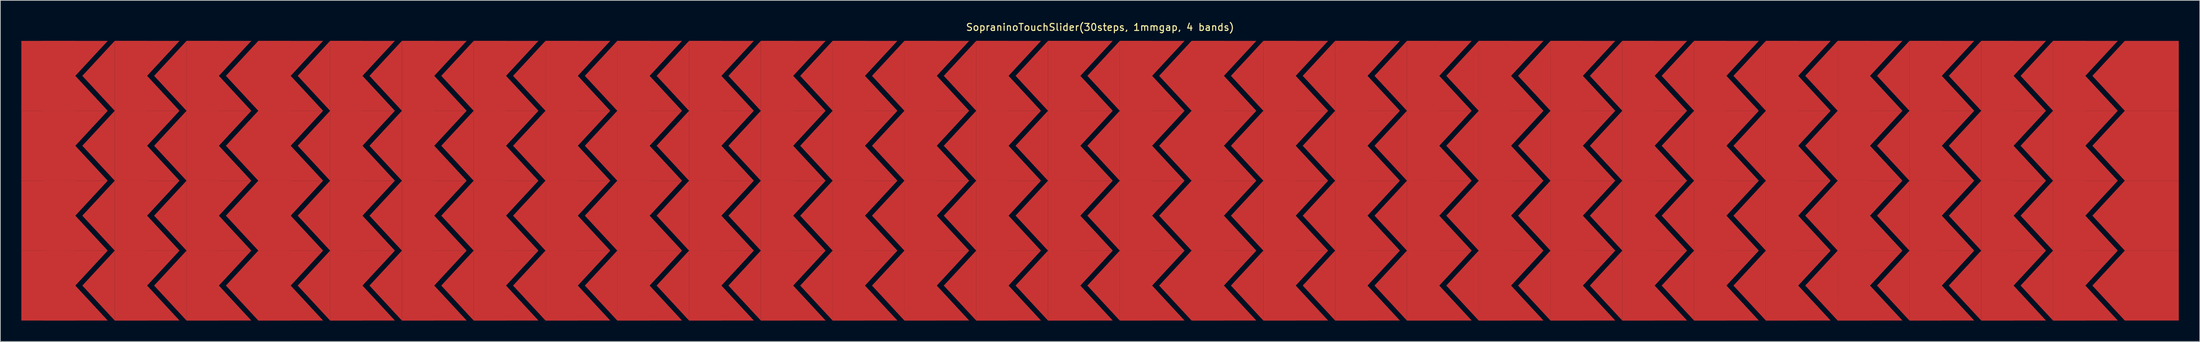
<source format=kicad_pcb>
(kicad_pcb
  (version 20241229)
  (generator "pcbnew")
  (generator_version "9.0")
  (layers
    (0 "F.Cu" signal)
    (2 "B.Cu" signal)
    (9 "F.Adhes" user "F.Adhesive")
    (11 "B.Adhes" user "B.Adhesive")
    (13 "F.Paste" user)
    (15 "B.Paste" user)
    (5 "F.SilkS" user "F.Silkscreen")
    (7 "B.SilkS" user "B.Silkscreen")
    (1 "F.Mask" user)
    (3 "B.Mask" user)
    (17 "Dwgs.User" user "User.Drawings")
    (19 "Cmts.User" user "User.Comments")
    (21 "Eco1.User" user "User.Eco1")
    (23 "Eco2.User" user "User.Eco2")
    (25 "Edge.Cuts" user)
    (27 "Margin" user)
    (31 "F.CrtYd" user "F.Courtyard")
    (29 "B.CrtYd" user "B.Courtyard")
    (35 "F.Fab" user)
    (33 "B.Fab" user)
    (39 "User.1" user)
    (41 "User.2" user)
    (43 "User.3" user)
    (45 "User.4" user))
  (footprint "SopraninoTouchSlider(30steps, 1mmgap, 4 bands)"
    (layer "F.Cu")
    (at 154.172 22.798)
    (property "Reference" "SopraninoTouchSlider(30steps, 1mmgap, 4 bands)" (at 0 -21.95 0) (layer "F.SilkS") (effects (font (size 1 1) (thickness 0.15))))
    (attr smd)
    (pad "1" smd rect (at -150.313 -15) (size 7.717 10) (layers "F.Cu" "F.Mask"))
    (pad "1" smd rect (at -150.313 -5) (size 7.717 10) (layers "F.Cu" "F.Mask"))
    (pad "1" smd rect (at -150.313 5) (size 7.717 10) (layers "F.Cu" "F.Mask"))
    (pad "1" smd rect (at -150.313 15) (size 7.717 10) (layers "F.Cu" "F.Mask"))
    (pad "1" smd trapezoid (at -146.455 -17.5) (size 4.63 5) (rect_delta 0 -4.63) (layers "F.Cu" "F.Mask"))
    (pad "1" smd trapezoid (at -146.455 -12.5) (size 4.63 5) (rect_delta 0 4.63) (layers "F.Cu" "F.Mask"))
    (pad "1" smd trapezoid (at -146.455 -7.5) (size 4.63 5) (rect_delta 0 -4.63) (layers "F.Cu" "F.Mask"))
    (pad "1" smd trapezoid (at -146.455 -2.5) (size 4.63 5) (rect_delta 0 4.63) (layers "F.Cu" "F.Mask"))
    (pad "1" smd trapezoid (at -146.455 2.5) (size 4.63 5) (rect_delta 0 -4.63) (layers "F.Cu" "F.Mask"))
    (pad "1" smd trapezoid (at -146.455 7.5) (size 4.63 5) (rect_delta 0 4.63) (layers "F.Cu" "F.Mask"))
    (pad "1" smd trapezoid (at -146.455 12.5) (size 4.63 5) (rect_delta 0 -4.63) (layers "F.Cu" "F.Mask"))
    (pad "1" smd trapezoid (at -146.455 17.5) (size 4.63 5) (rect_delta 0 4.63) (layers "F.Cu" "F.Mask"))
    (pad "2" smd trapezoid (at -143.14 -15) (size 4.63 5) (rect_delta -5 0) (layers "F.Cu" "F.Mask"))
    (pad "2" smd trapezoid (at -143.14 -5) (size 4.63 5) (rect_delta -5 0) (layers "F.Cu" "F.Mask"))
    (pad "2" smd trapezoid (at -143.14 5) (size 4.63 5) (rect_delta -5 0) (layers "F.Cu" "F.Mask"))
    (pad "2" smd trapezoid (at -143.14 15) (size 4.63 5) (rect_delta -5 0) (layers "F.Cu" "F.Mask"))
    (pad "2" smd rect (at -138.51 -15) (size 4.63 10) (layers "F.Cu" "F.Mask"))
    (pad "2" smd rect (at -138.51 -5) (size 4.63 10) (layers "F.Cu" "F.Mask"))
    (pad "2" smd rect (at -138.51 5) (size 4.63 10) (layers "F.Cu" "F.Mask"))
    (pad "2" smd rect (at -138.51 15) (size 4.63 10) (layers "F.Cu" "F.Mask"))
    (pad "2" smd trapezoid (at -136.195 -17.5) (size 4.63 5) (rect_delta 0 -4.63) (layers "F.Cu" "F.Mask"))
    (pad "2" smd trapezoid (at -136.195 -12.5) (size 4.63 5) (rect_delta 0 4.63) (layers "F.Cu" "F.Mask"))
    (pad "2" smd trapezoid (at -136.195 -7.5) (size 4.63 5) (rect_delta 0 -4.63) (layers "F.Cu" "F.Mask"))
    (pad "2" smd trapezoid (at -136.195 -2.5) (size 4.63 5) (rect_delta 0 4.63) (layers "F.Cu" "F.Mask"))
    (pad "2" smd trapezoid (at -136.195 2.5) (size 4.63 5) (rect_delta 0 -4.63) (layers "F.Cu" "F.Mask"))
    (pad "2" smd trapezoid (at -136.195 7.5) (size 4.63 5) (rect_delta 0 4.63) (layers "F.Cu" "F.Mask"))
    (pad "2" smd trapezoid (at -136.195 12.5) (size 4.63 5) (rect_delta 0 -4.63) (layers "F.Cu" "F.Mask"))
    (pad "2" smd trapezoid (at -136.195 17.5) (size 4.63 5) (rect_delta 0 4.63) (layers "F.Cu" "F.Mask"))
    (pad "3" smd trapezoid (at -132.88 -15) (size 4.63 5) (rect_delta -5 0) (layers "F.Cu" "F.Mask"))
    (pad "3" smd trapezoid (at -132.88 -5) (size 4.63 5) (rect_delta -5 0) (layers "F.Cu" "F.Mask"))
    (pad "3" smd trapezoid (at -132.88 5) (size 4.63 5) (rect_delta -5 0) (layers "F.Cu" "F.Mask"))
    (pad "3" smd trapezoid (at -132.88 15) (size 4.63 5) (rect_delta -5 0) (layers "F.Cu" "F.Mask"))
    (pad "3" smd rect (at -128.25 -15) (size 4.63 10) (layers "F.Cu" "F.Mask"))
    (pad "3" smd rect (at -128.25 -5) (size 4.63 10) (layers "F.Cu" "F.Mask"))
    (pad "3" smd rect (at -128.25 5) (size 4.63 10) (layers "F.Cu" "F.Mask"))
    (pad "3" smd rect (at -128.25 15) (size 4.63 10) (layers "F.Cu" "F.Mask"))
    (pad "3" smd trapezoid (at -125.935 -17.5) (size 4.63 5) (rect_delta 0 -4.63) (layers "F.Cu" "F.Mask"))
    (pad "3" smd trapezoid (at -125.935 -12.5) (size 4.63 5) (rect_delta 0 4.63) (layers "F.Cu" "F.Mask"))
    (pad "3" smd trapezoid (at -125.935 -7.5) (size 4.63 5) (rect_delta 0 -4.63) (layers "F.Cu" "F.Mask"))
    (pad "3" smd trapezoid (at -125.935 -2.5) (size 4.63 5) (rect_delta 0 4.63) (layers "F.Cu" "F.Mask"))
    (pad "3" smd trapezoid (at -125.935 2.5) (size 4.63 5) (rect_delta 0 -4.63) (layers "F.Cu" "F.Mask"))
    (pad "3" smd trapezoid (at -125.935 7.5) (size 4.63 5) (rect_delta 0 4.63) (layers "F.Cu" "F.Mask"))
    (pad "3" smd trapezoid (at -125.935 12.5) (size 4.63 5) (rect_delta 0 -4.63) (layers "F.Cu" "F.Mask"))
    (pad "3" smd trapezoid (at -125.935 17.5) (size 4.63 5) (rect_delta 0 4.63) (layers "F.Cu" "F.Mask"))
    (pad "4" smd trapezoid (at -122.62 -15) (size 4.63 5) (rect_delta -5 0) (layers "F.Cu" "F.Mask"))
    (pad "4" smd trapezoid (at -122.62 -5) (size 4.63 5) (rect_delta -5 0) (layers "F.Cu" "F.Mask"))
    (pad "4" smd trapezoid (at -122.62 5) (size 4.63 5) (rect_delta -5 0) (layers "F.Cu" "F.Mask"))
    (pad "4" smd trapezoid (at -122.62 15) (size 4.63 5) (rect_delta -5 0) (layers "F.Cu" "F.Mask"))
    (pad "4" smd rect (at -117.99 -15) (size 4.63 10) (layers "F.Cu" "F.Mask"))
    (pad "4" smd rect (at -117.99 -5) (size 4.63 10) (layers "F.Cu" "F.Mask"))
    (pad "4" smd rect (at -117.99 5) (size 4.63 10) (layers "F.Cu" "F.Mask"))
    (pad "4" smd rect (at -117.99 15) (size 4.63 10) (layers "F.Cu" "F.Mask"))
    (pad "4" smd trapezoid (at -115.675 -17.5) (size 4.63 5) (rect_delta 0 -4.63) (layers "F.Cu" "F.Mask"))
    (pad "4" smd trapezoid (at -115.675 -12.5) (size 4.63 5) (rect_delta 0 4.63) (layers "F.Cu" "F.Mask"))
    (pad "4" smd trapezoid (at -115.675 -7.5) (size 4.63 5) (rect_delta 0 -4.63) (layers "F.Cu" "F.Mask"))
    (pad "4" smd trapezoid (at -115.675 -2.5) (size 4.63 5) (rect_delta 0 4.63) (layers "F.Cu" "F.Mask"))
    (pad "4" smd trapezoid (at -115.675 2.5) (size 4.63 5) (rect_delta 0 -4.63) (layers "F.Cu" "F.Mask"))
    (pad "4" smd trapezoid (at -115.675 7.5) (size 4.63 5) (rect_delta 0 4.63) (layers "F.Cu" "F.Mask"))
    (pad "4" smd trapezoid (at -115.675 12.5) (size 4.63 5) (rect_delta 0 -4.63) (layers "F.Cu" "F.Mask"))
    (pad "4" smd trapezoid (at -115.675 17.5) (size 4.63 5) (rect_delta 0 4.63) (layers "F.Cu" "F.Mask"))
    (pad "5" smd trapezoid (at -112.36 -15) (size 4.63 5) (rect_delta -5 0) (layers "F.Cu" "F.Mask"))
    (pad "5" smd trapezoid (at -112.36 -5) (size 4.63 5) (rect_delta -5 0) (layers "F.Cu" "F.Mask"))
    (pad "5" smd trapezoid (at -112.36 5) (size 4.63 5) (rect_delta -5 0) (layers "F.Cu" "F.Mask"))
    (pad "5" smd trapezoid (at -112.36 15) (size 4.63 5) (rect_delta -5 0) (layers "F.Cu" "F.Mask"))
    (pad "5" smd rect (at -107.73 -15) (size 4.63 10) (layers "F.Cu" "F.Mask"))
    (pad "5" smd rect (at -107.73 -5) (size 4.63 10) (layers "F.Cu" "F.Mask"))
    (pad "5" smd rect (at -107.73 5) (size 4.63 10) (layers "F.Cu" "F.Mask"))
    (pad "5" smd rect (at -107.73 15) (size 4.63 10) (layers "F.Cu" "F.Mask"))
    (pad "5" smd trapezoid (at -105.415 -17.5) (size 4.63 5) (rect_delta 0 -4.63) (layers "F.Cu" "F.Mask"))
    (pad "5" smd trapezoid (at -105.415 -12.5) (size 4.63 5) (rect_delta 0 4.63) (layers "F.Cu" "F.Mask"))
    (pad "5" smd trapezoid (at -105.415 -7.5) (size 4.63 5) (rect_delta 0 -4.63) (layers "F.Cu" "F.Mask"))
    (pad "5" smd trapezoid (at -105.415 -2.5) (size 4.63 5) (rect_delta 0 4.63) (layers "F.Cu" "F.Mask"))
    (pad "5" smd trapezoid (at -105.415 2.5) (size 4.63 5) (rect_delta 0 -4.63) (layers "F.Cu" "F.Mask"))
    (pad "5" smd trapezoid (at -105.415 7.5) (size 4.63 5) (rect_delta 0 4.63) (layers "F.Cu" "F.Mask"))
    (pad "5" smd trapezoid (at -105.415 12.5) (size 4.63 5) (rect_delta 0 -4.63) (layers "F.Cu" "F.Mask"))
    (pad "5" smd trapezoid (at -105.415 17.5) (size 4.63 5) (rect_delta 0 4.63) (layers "F.Cu" "F.Mask"))
    (pad "6" smd trapezoid (at -102.1 -15) (size 4.63 5) (rect_delta -5 0) (layers "F.Cu" "F.Mask"))
    (pad "6" smd trapezoid (at -102.1 -5) (size 4.63 5) (rect_delta -5 0) (layers "F.Cu" "F.Mask"))
    (pad "6" smd trapezoid (at -102.1 5) (size 4.63 5) (rect_delta -5 0) (layers "F.Cu" "F.Mask"))
    (pad "6" smd trapezoid (at -102.1 15) (size 4.63 5) (rect_delta -5 0) (layers "F.Cu" "F.Mask"))
    (pad "6" smd rect (at -97.47 -15) (size 4.63 10) (layers "F.Cu" "F.Mask"))
    (pad "6" smd rect (at -97.47 -5) (size 4.63 10) (layers "F.Cu" "F.Mask"))
    (pad "6" smd rect (at -97.47 5) (size 4.63 10) (layers "F.Cu" "F.Mask"))
    (pad "6" smd rect (at -97.47 15) (size 4.63 10) (layers "F.Cu" "F.Mask"))
    (pad "6" smd trapezoid (at -95.155 -17.5) (size 4.63 5) (rect_delta 0 -4.63) (layers "F.Cu" "F.Mask"))
    (pad "6" smd trapezoid (at -95.155 -12.5) (size 4.63 5) (rect_delta 0 4.63) (layers "F.Cu" "F.Mask"))
    (pad "6" smd trapezoid (at -95.155 -7.5) (size 4.63 5) (rect_delta 0 -4.63) (layers "F.Cu" "F.Mask"))
    (pad "6" smd trapezoid (at -95.155 -2.5) (size 4.63 5) (rect_delta 0 4.63) (layers "F.Cu" "F.Mask"))
    (pad "6" smd trapezoid (at -95.155 2.5) (size 4.63 5) (rect_delta 0 -4.63) (layers "F.Cu" "F.Mask"))
    (pad "6" smd trapezoid (at -95.155 7.5) (size 4.63 5) (rect_delta 0 4.63) (layers "F.Cu" "F.Mask"))
    (pad "6" smd trapezoid (at -95.155 12.5) (size 4.63 5) (rect_delta 0 -4.63) (layers "F.Cu" "F.Mask"))
    (pad "6" smd trapezoid (at -95.155 17.5) (size 4.63 5) (rect_delta 0 4.63) (layers "F.Cu" "F.Mask"))
    (pad "7" smd trapezoid (at -91.84 -15) (size 4.63 5) (rect_delta -5 0) (layers "F.Cu" "F.Mask"))
    (pad "7" smd trapezoid (at -91.84 -5) (size 4.63 5) (rect_delta -5 0) (layers "F.Cu" "F.Mask"))
    (pad "7" smd trapezoid (at -91.84 5) (size 4.63 5) (rect_delta -5 0) (layers "F.Cu" "F.Mask"))
    (pad "7" smd trapezoid (at -91.84 15) (size 4.63 5) (rect_delta -5 0) (layers "F.Cu" "F.Mask"))
    (pad "7" smd rect (at -87.21 -15) (size 4.63 10) (layers "F.Cu" "F.Mask"))
    (pad "7" smd rect (at -87.21 -5) (size 4.63 10) (layers "F.Cu" "F.Mask"))
    (pad "7" smd rect (at -87.21 5) (size 4.63 10) (layers "F.Cu" "F.Mask"))
    (pad "7" smd rect (at -87.21 15) (size 4.63 10) (layers "F.Cu" "F.Mask"))
    (pad "7" smd trapezoid (at -84.895 -17.5) (size 4.63 5) (rect_delta 0 -4.63) (layers "F.Cu" "F.Mask"))
    (pad "7" smd trapezoid (at -84.895 -12.5) (size 4.63 5) (rect_delta 0 4.63) (layers "F.Cu" "F.Mask"))
    (pad "7" smd trapezoid (at -84.895 -7.5) (size 4.63 5) (rect_delta 0 -4.63) (layers "F.Cu" "F.Mask"))
    (pad "7" smd trapezoid (at -84.895 -2.5) (size 4.63 5) (rect_delta 0 4.63) (layers "F.Cu" "F.Mask"))
    (pad "7" smd trapezoid (at -84.895 2.5) (size 4.63 5) (rect_delta 0 -4.63) (layers "F.Cu" "F.Mask"))
    (pad "7" smd trapezoid (at -84.895 7.5) (size 4.63 5) (rect_delta 0 4.63) (layers "F.Cu" "F.Mask"))
    (pad "7" smd trapezoid (at -84.895 12.5) (size 4.63 5) (rect_delta 0 -4.63) (layers "F.Cu" "F.Mask"))
    (pad "7" smd trapezoid (at -84.895 17.5) (size 4.63 5) (rect_delta 0 4.63) (layers "F.Cu" "F.Mask"))
    (pad "8" smd trapezoid (at -81.58 -15) (size 4.63 5) (rect_delta -5 0) (layers "F.Cu" "F.Mask"))
    (pad "8" smd trapezoid (at -81.58 -5) (size 4.63 5) (rect_delta -5 0) (layers "F.Cu" "F.Mask"))
    (pad "8" smd trapezoid (at -81.58 5) (size 4.63 5) (rect_delta -5 0) (layers "F.Cu" "F.Mask"))
    (pad "8" smd trapezoid (at -81.58 15) (size 4.63 5) (rect_delta -5 0) (layers "F.Cu" "F.Mask"))
    (pad "8" smd rect (at -76.95 -15) (size 4.63 10) (layers "F.Cu" "F.Mask"))
    (pad "8" smd rect (at -76.95 -5) (size 4.63 10) (layers "F.Cu" "F.Mask"))
    (pad "8" smd rect (at -76.95 5) (size 4.63 10) (layers "F.Cu" "F.Mask"))
    (pad "8" smd rect (at -76.95 15) (size 4.63 10) (layers "F.Cu" "F.Mask"))
    (pad "8" smd trapezoid (at -74.635 -17.5) (size 4.63 5) (rect_delta 0 -4.63) (layers "F.Cu" "F.Mask"))
    (pad "8" smd trapezoid (at -74.635 -12.5) (size 4.63 5) (rect_delta 0 4.63) (layers "F.Cu" "F.Mask"))
    (pad "8" smd trapezoid (at -74.635 -7.5) (size 4.63 5) (rect_delta 0 -4.63) (layers "F.Cu" "F.Mask"))
    (pad "8" smd trapezoid (at -74.635 -2.5) (size 4.63 5) (rect_delta 0 4.63) (layers "F.Cu" "F.Mask"))
    (pad "8" smd trapezoid (at -74.635 2.5) (size 4.63 5) (rect_delta 0 -4.63) (layers "F.Cu" "F.Mask"))
    (pad "8" smd trapezoid (at -74.635 7.5) (size 4.63 5) (rect_delta 0 4.63) (layers "F.Cu" "F.Mask"))
    (pad "8" smd trapezoid (at -74.635 12.5) (size 4.63 5) (rect_delta 0 -4.63) (layers "F.Cu" "F.Mask"))
    (pad "8" smd trapezoid (at -74.635 17.5) (size 4.63 5) (rect_delta 0 4.63) (layers "F.Cu" "F.Mask"))
    (pad "9" smd trapezoid (at -71.32 -15) (size 4.63 5) (rect_delta -5 0) (layers "F.Cu" "F.Mask"))
    (pad "9" smd trapezoid (at -71.32 -5) (size 4.63 5) (rect_delta -5 0) (layers "F.Cu" "F.Mask"))
    (pad "9" smd trapezoid (at -71.32 5) (size 4.63 5) (rect_delta -5 0) (layers "F.Cu" "F.Mask"))
    (pad "9" smd trapezoid (at -71.32 15) (size 4.63 5) (rect_delta -5 0) (layers "F.Cu" "F.Mask"))
    (pad "9" smd rect (at -66.69 -15) (size 4.63 10) (layers "F.Cu" "F.Mask"))
    (pad "9" smd rect (at -66.69 -5) (size 4.63 10) (layers "F.Cu" "F.Mask"))
    (pad "9" smd rect (at -66.69 5) (size 4.63 10) (layers "F.Cu" "F.Mask"))
    (pad "9" smd rect (at -66.69 15) (size 4.63 10) (layers "F.Cu" "F.Mask"))
    (pad "9" smd trapezoid (at -64.375 -17.5) (size 4.63 5) (rect_delta 0 -4.63) (layers "F.Cu" "F.Mask"))
    (pad "9" smd trapezoid (at -64.375 -12.5) (size 4.63 5) (rect_delta 0 4.63) (layers "F.Cu" "F.Mask"))
    (pad "9" smd trapezoid (at -64.375 -7.5) (size 4.63 5) (rect_delta 0 -4.63) (layers "F.Cu" "F.Mask"))
    (pad "9" smd trapezoid (at -64.375 -2.5) (size 4.63 5) (rect_delta 0 4.63) (layers "F.Cu" "F.Mask"))
    (pad "9" smd trapezoid (at -64.375 2.5) (size 4.63 5) (rect_delta 0 -4.63) (layers "F.Cu" "F.Mask"))
    (pad "9" smd trapezoid (at -64.375 7.5) (size 4.63 5) (rect_delta 0 4.63) (layers "F.Cu" "F.Mask"))
    (pad "9" smd trapezoid (at -64.375 12.5) (size 4.63 5) (rect_delta 0 -4.63) (layers "F.Cu" "F.Mask"))
    (pad "9" smd trapezoid (at -64.375 17.5) (size 4.63 5) (rect_delta 0 4.63) (layers "F.Cu" "F.Mask"))
    (pad "10" smd trapezoid (at -61.06 -15) (size 4.63 5) (rect_delta -5 0) (layers "F.Cu" "F.Mask"))
    (pad "10" smd trapezoid (at -61.06 -5) (size 4.63 5) (rect_delta -5 0) (layers "F.Cu" "F.Mask"))
    (pad "10" smd trapezoid (at -61.06 5) (size 4.63 5) (rect_delta -5 0) (layers "F.Cu" "F.Mask"))
    (pad "10" smd trapezoid (at -61.06 15) (size 4.63 5) (rect_delta -5 0) (layers "F.Cu" "F.Mask"))
    (pad "10" smd rect (at -56.43 -15) (size 4.63 10) (layers "F.Cu" "F.Mask"))
    (pad "10" smd rect (at -56.43 -5) (size 4.63 10) (layers "F.Cu" "F.Mask"))
    (pad "10" smd rect (at -56.43 5) (size 4.63 10) (layers "F.Cu" "F.Mask"))
    (pad "10" smd rect (at -56.43 15) (size 4.63 10) (layers "F.Cu" "F.Mask"))
    (pad "10" smd trapezoid (at -54.115 -17.5) (size 4.63 5) (rect_delta 0 -4.63) (layers "F.Cu" "F.Mask"))
    (pad "10" smd trapezoid (at -54.115 -12.5) (size 4.63 5) (rect_delta 0 4.63) (layers "F.Cu" "F.Mask"))
    (pad "10" smd trapezoid (at -54.115 -7.5) (size 4.63 5) (rect_delta 0 -4.63) (layers "F.Cu" "F.Mask"))
    (pad "10" smd trapezoid (at -54.115 -2.5) (size 4.63 5) (rect_delta 0 4.63) (layers "F.Cu" "F.Mask"))
    (pad "10" smd trapezoid (at -54.115 2.5) (size 4.63 5) (rect_delta 0 -4.63) (layers "F.Cu" "F.Mask"))
    (pad "10" smd trapezoid (at -54.115 7.5) (size 4.63 5) (rect_delta 0 4.63) (layers "F.Cu" "F.Mask"))
    (pad "10" smd trapezoid (at -54.115 12.5) (size 4.63 5) (rect_delta 0 -4.63) (layers "F.Cu" "F.Mask"))
    (pad "10" smd trapezoid (at -54.115 17.5) (size 4.63 5) (rect_delta 0 4.63) (layers "F.Cu" "F.Mask"))
    (pad "11" smd trapezoid (at -50.8 -15) (size 4.63 5) (rect_delta -5 0) (layers "F.Cu" "F.Mask"))
    (pad "11" smd trapezoid (at -50.8 -5) (size 4.63 5) (rect_delta -5 0) (layers "F.Cu" "F.Mask"))
    (pad "11" smd trapezoid (at -50.8 5) (size 4.63 5) (rect_delta -5 0) (layers "F.Cu" "F.Mask"))
    (pad "11" smd trapezoid (at -50.8 15) (size 4.63 5) (rect_delta -5 0) (layers "F.Cu" "F.Mask"))
    (pad "11" smd rect (at -46.17 -15) (size 4.63 10) (layers "F.Cu" "F.Mask"))
    (pad "11" smd rect (at -46.17 -5) (size 4.63 10) (layers "F.Cu" "F.Mask"))
    (pad "11" smd rect (at -46.17 5) (size 4.63 10) (layers "F.Cu" "F.Mask"))
    (pad "11" smd rect (at -46.17 15) (size 4.63 10) (layers "F.Cu" "F.Mask"))
    (pad "11" smd trapezoid (at -43.855 -17.5) (size 4.63 5) (rect_delta 0 -4.63) (layers "F.Cu" "F.Mask"))
    (pad "11" smd trapezoid (at -43.855 -12.5) (size 4.63 5) (rect_delta 0 4.63) (layers "F.Cu" "F.Mask"))
    (pad "11" smd trapezoid (at -43.855 -7.5) (size 4.63 5) (rect_delta 0 -4.63) (layers "F.Cu" "F.Mask"))
    (pad "11" smd trapezoid (at -43.855 -2.5) (size 4.63 5) (rect_delta 0 4.63) (layers "F.Cu" "F.Mask"))
    (pad "11" smd trapezoid (at -43.855 2.5) (size 4.63 5) (rect_delta 0 -4.63) (layers "F.Cu" "F.Mask"))
    (pad "11" smd trapezoid (at -43.855 7.5) (size 4.63 5) (rect_delta 0 4.63) (layers "F.Cu" "F.Mask"))
    (pad "11" smd trapezoid (at -43.855 12.5) (size 4.63 5) (rect_delta 0 -4.63) (layers "F.Cu" "F.Mask"))
    (pad "11" smd trapezoid (at -43.855 17.5) (size 4.63 5) (rect_delta 0 4.63) (layers "F.Cu" "F.Mask"))
    (pad "12" smd trapezoid (at -40.54 -15) (size 4.63 5) (rect_delta -5 0) (layers "F.Cu" "F.Mask"))
    (pad "12" smd trapezoid (at -40.54 -5) (size 4.63 5) (rect_delta -5 0) (layers "F.Cu" "F.Mask"))
    (pad "12" smd trapezoid (at -40.54 5) (size 4.63 5) (rect_delta -5 0) (layers "F.Cu" "F.Mask"))
    (pad "12" smd trapezoid (at -40.54 15) (size 4.63 5) (rect_delta -5 0) (layers "F.Cu" "F.Mask"))
    (pad "12" smd rect (at -35.91 -15) (size 4.63 10) (layers "F.Cu" "F.Mask"))
    (pad "12" smd rect (at -35.91 -5) (size 4.63 10) (layers "F.Cu" "F.Mask"))
    (pad "12" smd rect (at -35.91 5) (size 4.63 10) (layers "F.Cu" "F.Mask"))
    (pad "12" smd rect (at -35.91 15) (size 4.63 10) (layers "F.Cu" "F.Mask"))
    (pad "12" smd trapezoid (at -33.595 -17.5) (size 4.63 5) (rect_delta 0 -4.63) (layers "F.Cu" "F.Mask"))
    (pad "12" smd trapezoid (at -33.595 -12.5) (size 4.63 5) (rect_delta 0 4.63) (layers "F.Cu" "F.Mask"))
    (pad "12" smd trapezoid (at -33.595 -7.5) (size 4.63 5) (rect_delta 0 -4.63) (layers "F.Cu" "F.Mask"))
    (pad "12" smd trapezoid (at -33.595 -2.5) (size 4.63 5) (rect_delta 0 4.63) (layers "F.Cu" "F.Mask"))
    (pad "12" smd trapezoid (at -33.595 2.5) (size 4.63 5) (rect_delta 0 -4.63) (layers "F.Cu" "F.Mask"))
    (pad "12" smd trapezoid (at -33.595 7.5) (size 4.63 5) (rect_delta 0 4.63) (layers "F.Cu" "F.Mask"))
    (pad "12" smd trapezoid (at -33.595 12.5) (size 4.63 5) (rect_delta 0 -4.63) (layers "F.Cu" "F.Mask"))
    (pad "12" smd trapezoid (at -33.595 17.5) (size 4.63 5) (rect_delta 0 4.63) (layers "F.Cu" "F.Mask"))
    (pad "13" smd trapezoid (at -30.28 -15) (size 4.63 5) (rect_delta -5 0) (layers "F.Cu" "F.Mask"))
    (pad "13" smd trapezoid (at -30.28 -5) (size 4.63 5) (rect_delta -5 0) (layers "F.Cu" "F.Mask"))
    (pad "13" smd trapezoid (at -30.28 5) (size 4.63 5) (rect_delta -5 0) (layers "F.Cu" "F.Mask"))
    (pad "13" smd trapezoid (at -30.28 15) (size 4.63 5) (rect_delta -5 0) (layers "F.Cu" "F.Mask"))
    (pad "13" smd rect (at -25.65 -15) (size 4.63 10) (layers "F.Cu" "F.Mask"))
    (pad "13" smd rect (at -25.65 -5) (size 4.63 10) (layers "F.Cu" "F.Mask"))
    (pad "13" smd rect (at -25.65 5) (size 4.63 10) (layers "F.Cu" "F.Mask"))
    (pad "13" smd rect (at -25.65 15) (size 4.63 10) (layers "F.Cu" "F.Mask"))
    (pad "13" smd trapezoid (at -23.335 -17.5) (size 4.63 5) (rect_delta 0 -4.63) (layers "F.Cu" "F.Mask"))
    (pad "13" smd trapezoid (at -23.335 -12.5) (size 4.63 5) (rect_delta 0 4.63) (layers "F.Cu" "F.Mask"))
    (pad "13" smd trapezoid (at -23.335 -7.5) (size 4.63 5) (rect_delta 0 -4.63) (layers "F.Cu" "F.Mask"))
    (pad "13" smd trapezoid (at -23.335 -2.5) (size 4.63 5) (rect_delta 0 4.63) (layers "F.Cu" "F.Mask"))
    (pad "13" smd trapezoid (at -23.335 2.5) (size 4.63 5) (rect_delta 0 -4.63) (layers "F.Cu" "F.Mask"))
    (pad "13" smd trapezoid (at -23.335 7.5) (size 4.63 5) (rect_delta 0 4.63) (layers "F.Cu" "F.Mask"))
    (pad "13" smd trapezoid (at -23.335 12.5) (size 4.63 5) (rect_delta 0 -4.63) (layers "F.Cu" "F.Mask"))
    (pad "13" smd trapezoid (at -23.335 17.5) (size 4.63 5) (rect_delta 0 4.63) (layers "F.Cu" "F.Mask"))
    (pad "14" smd trapezoid (at -20.02 -15) (size 4.63 5) (rect_delta -5 0) (layers "F.Cu" "F.Mask"))
    (pad "14" smd trapezoid (at -20.02 -5) (size 4.63 5) (rect_delta -5 0) (layers "F.Cu" "F.Mask"))
    (pad "14" smd trapezoid (at -20.02 5) (size 4.63 5) (rect_delta -5 0) (layers "F.Cu" "F.Mask"))
    (pad "14" smd trapezoid (at -20.02 15) (size 4.63 5) (rect_delta -5 0) (layers "F.Cu" "F.Mask"))
    (pad "14" smd rect (at -15.39 -15) (size 4.63 10) (layers "F.Cu" "F.Mask"))
    (pad "14" smd rect (at -15.39 -5) (size 4.63 10) (layers "F.Cu" "F.Mask"))
    (pad "14" smd rect (at -15.39 5) (size 4.63 10) (layers "F.Cu" "F.Mask"))
    (pad "14" smd rect (at -15.39 15) (size 4.63 10) (layers "F.Cu" "F.Mask"))
    (pad "14" smd trapezoid (at -13.075 -17.5) (size 4.63 5) (rect_delta 0 -4.63) (layers "F.Cu" "F.Mask"))
    (pad "14" smd trapezoid (at -13.075 -12.5) (size 4.63 5) (rect_delta 0 4.63) (layers "F.Cu" "F.Mask"))
    (pad "14" smd trapezoid (at -13.075 -7.5) (size 4.63 5) (rect_delta 0 -4.63) (layers "F.Cu" "F.Mask"))
    (pad "14" smd trapezoid (at -13.075 -2.5) (size 4.63 5) (rect_delta 0 4.63) (layers "F.Cu" "F.Mask"))
    (pad "14" smd trapezoid (at -13.075 2.5) (size 4.63 5) (rect_delta 0 -4.63) (layers "F.Cu" "F.Mask"))
    (pad "14" smd trapezoid (at -13.075 7.5) (size 4.63 5) (rect_delta 0 4.63) (layers "F.Cu" "F.Mask"))
    (pad "14" smd trapezoid (at -13.075 12.5) (size 4.63 5) (rect_delta 0 -4.63) (layers "F.Cu" "F.Mask"))
    (pad "14" smd trapezoid (at -13.075 17.5) (size 4.63 5) (rect_delta 0 4.63) (layers "F.Cu" "F.Mask"))
    (pad "15" smd trapezoid (at -9.76 -15) (size 4.63 5) (rect_delta -5 0) (layers "F.Cu" "F.Mask"))
    (pad "15" smd trapezoid (at -9.76 -5) (size 4.63 5) (rect_delta -5 0) (layers "F.Cu" "F.Mask"))
    (pad "15" smd trapezoid (at -9.76 5) (size 4.63 5) (rect_delta -5 0) (layers "F.Cu" "F.Mask"))
    (pad "15" smd trapezoid (at -9.76 15) (size 4.63 5) (rect_delta -5 0) (layers "F.Cu" "F.Mask"))
    (pad "15" smd rect (at -5.13 -15) (size 4.63 10) (layers "F.Cu" "F.Mask"))
    (pad "15" smd rect (at -5.13 -5) (size 4.63 10) (layers "F.Cu" "F.Mask"))
    (pad "15" smd rect (at -5.13 5) (size 4.63 10) (layers "F.Cu" "F.Mask"))
    (pad "15" smd rect (at -5.13 15) (size 4.63 10) (layers "F.Cu" "F.Mask"))
    (pad "15" smd trapezoid (at -2.815 -17.5) (size 4.63 5) (rect_delta 0 -4.63) (layers "F.Cu" "F.Mask"))
    (pad "15" smd trapezoid (at -2.815 -12.5) (size 4.63 5) (rect_delta 0 4.63) (layers "F.Cu" "F.Mask"))
    (pad "15" smd trapezoid (at -2.815 -7.5) (size 4.63 5) (rect_delta 0 -4.63) (layers "F.Cu" "F.Mask"))
    (pad "15" smd trapezoid (at -2.815 -2.5) (size 4.63 5) (rect_delta 0 4.63) (layers "F.Cu" "F.Mask"))
    (pad "15" smd trapezoid (at -2.815 2.5) (size 4.63 5) (rect_delta 0 -4.63) (layers "F.Cu" "F.Mask"))
    (pad "15" smd trapezoid (at -2.815 7.5) (size 4.63 5) (rect_delta 0 4.63) (layers "F.Cu" "F.Mask"))
    (pad "15" smd trapezoid (at -2.815 12.5) (size 4.63 5) (rect_delta 0 -4.63) (layers "F.Cu" "F.Mask"))
    (pad "15" smd trapezoid (at -2.815 17.5) (size 4.63 5) (rect_delta 0 4.63) (layers "F.Cu" "F.Mask"))
    (pad "16" smd trapezoid (at 0.5 -15) (size 4.63 5) (rect_delta -5 0) (layers "F.Cu" "F.Mask"))
    (pad "16" smd trapezoid (at 0.5 -5) (size 4.63 5) (rect_delta -5 0) (layers "F.Cu" "F.Mask"))
    (pad "16" smd trapezoid (at 0.5 5) (size 4.63 5) (rect_delta -5 0) (layers "F.Cu" "F.Mask"))
    (pad "16" smd trapezoid (at 0.5 15) (size 4.63 5) (rect_delta -5 0) (layers "F.Cu" "F.Mask"))
    (pad "16" smd rect (at 5.13 -15) (size 4.63 10) (layers "F.Cu" "F.Mask"))
    (pad "16" smd rect (at 5.13 -5) (size 4.63 10) (layers "F.Cu" "F.Mask"))
    (pad "16" smd rect (at 5.13 5) (size 4.63 10) (layers "F.Cu" "F.Mask"))
    (pad "16" smd rect (at 5.13 15) (size 4.63 10) (layers "F.Cu" "F.Mask"))
    (pad "16" smd trapezoid (at 7.445 -17.5) (size 4.63 5) (rect_delta 0 -4.63) (layers "F.Cu" "F.Mask"))
    (pad "16" smd trapezoid (at 7.445 -12.5) (size 4.63 5) (rect_delta 0 4.63) (layers "F.Cu" "F.Mask"))
    (pad "16" smd trapezoid (at 7.445 -7.5) (size 4.63 5) (rect_delta 0 -4.63) (layers "F.Cu" "F.Mask"))
    (pad "16" smd trapezoid (at 7.445 -2.5) (size 4.63 5) (rect_delta 0 4.63) (layers "F.Cu" "F.Mask"))
    (pad "16" smd trapezoid (at 7.445 2.5) (size 4.63 5) (rect_delta 0 -4.63) (layers "F.Cu" "F.Mask"))
    (pad "16" smd trapezoid (at 7.445 7.5) (size 4.63 5) (rect_delta 0 4.63) (layers "F.Cu" "F.Mask"))
    (pad "16" smd trapezoid (at 7.445 12.5) (size 4.63 5) (rect_delta 0 -4.63) (layers "F.Cu" "F.Mask"))
    (pad "16" smd trapezoid (at 7.445 17.5) (size 4.63 5) (rect_delta 0 4.63) (layers "F.Cu" "F.Mask"))
    (pad "17" smd trapezoid (at 10.76 -15) (size 4.63 5) (rect_delta -5 0) (layers "F.Cu" "F.Mask"))
    (pad "17" smd trapezoid (at 10.76 -5) (size 4.63 5) (rect_delta -5 0) (layers "F.Cu" "F.Mask"))
    (pad "17" smd trapezoid (at 10.76 5) (size 4.63 5) (rect_delta -5 0) (layers "F.Cu" "F.Mask"))
    (pad "17" smd trapezoid (at 10.76 15) (size 4.63 5) (rect_delta -5 0) (layers "F.Cu" "F.Mask"))
    (pad "17" smd rect (at 15.39 -15) (size 4.63 10) (layers "F.Cu" "F.Mask"))
    (pad "17" smd rect (at 15.39 -5) (size 4.63 10) (layers "F.Cu" "F.Mask"))
    (pad "17" smd rect (at 15.39 5) (size 4.63 10) (layers "F.Cu" "F.Mask"))
    (pad "17" smd rect (at 15.39 15) (size 4.63 10) (layers "F.Cu" "F.Mask"))
    (pad "17" smd trapezoid (at 17.705 -17.5) (size 4.63 5) (rect_delta 0 -4.63) (layers "F.Cu" "F.Mask"))
    (pad "17" smd trapezoid (at 17.705 -12.5) (size 4.63 5) (rect_delta 0 4.63) (layers "F.Cu" "F.Mask"))
    (pad "17" smd trapezoid (at 17.705 -7.5) (size 4.63 5) (rect_delta 0 -4.63) (layers "F.Cu" "F.Mask"))
    (pad "17" smd trapezoid (at 17.705 -2.5) (size 4.63 5) (rect_delta 0 4.63) (layers "F.Cu" "F.Mask"))
    (pad "17" smd trapezoid (at 17.705 2.5) (size 4.63 5) (rect_delta 0 -4.63) (layers "F.Cu" "F.Mask"))
    (pad "17" smd trapezoid (at 17.705 7.5) (size 4.63 5) (rect_delta 0 4.63) (layers "F.Cu" "F.Mask"))
    (pad "17" smd trapezoid (at 17.705 12.5) (size 4.63 5) (rect_delta 0 -4.63) (layers "F.Cu" "F.Mask"))
    (pad "17" smd trapezoid (at 17.705 17.5) (size 4.63 5) (rect_delta 0 4.63) (layers "F.Cu" "F.Mask"))
    (pad "18" smd trapezoid (at 21.02 -15) (size 4.63 5) (rect_delta -5 0) (layers "F.Cu" "F.Mask"))
    (pad "18" smd trapezoid (at 21.02 -5) (size 4.63 5) (rect_delta -5 0) (layers "F.Cu" "F.Mask"))
    (pad "18" smd trapezoid (at 21.02 5) (size 4.63 5) (rect_delta -5 0) (layers "F.Cu" "F.Mask"))
    (pad "18" smd trapezoid (at 21.02 15) (size 4.63 5) (rect_delta -5 0) (layers "F.Cu" "F.Mask"))
    (pad "18" smd rect (at 25.65 -15) (size 4.63 10) (layers "F.Cu" "F.Mask"))
    (pad "18" smd rect (at 25.65 -5) (size 4.63 10) (layers "F.Cu" "F.Mask"))
    (pad "18" smd rect (at 25.65 5) (size 4.63 10) (layers "F.Cu" "F.Mask"))
    (pad "18" smd rect (at 25.65 15) (size 4.63 10) (layers "F.Cu" "F.Mask"))
    (pad "18" smd trapezoid (at 27.965 -17.5) (size 4.63 5) (rect_delta 0 -4.63) (layers "F.Cu" "F.Mask"))
    (pad "18" smd trapezoid (at 27.965 -12.5) (size 4.63 5) (rect_delta 0 4.63) (layers "F.Cu" "F.Mask"))
    (pad "18" smd trapezoid (at 27.965 -7.5) (size 4.63 5) (rect_delta 0 -4.63) (layers "F.Cu" "F.Mask"))
    (pad "18" smd trapezoid (at 27.965 -2.5) (size 4.63 5) (rect_delta 0 4.63) (layers "F.Cu" "F.Mask"))
    (pad "18" smd trapezoid (at 27.965 2.5) (size 4.63 5) (rect_delta 0 -4.63) (layers "F.Cu" "F.Mask"))
    (pad "18" smd trapezoid (at 27.965 7.5) (size 4.63 5) (rect_delta 0 4.63) (layers "F.Cu" "F.Mask"))
    (pad "18" smd trapezoid (at 27.965 12.5) (size 4.63 5) (rect_delta 0 -4.63) (layers "F.Cu" "F.Mask"))
    (pad "18" smd trapezoid (at 27.965 17.5) (size 4.63 5) (rect_delta 0 4.63) (layers "F.Cu" "F.Mask"))
    (pad "19" smd trapezoid (at 31.28 -15) (size 4.63 5) (rect_delta -5 0) (layers "F.Cu" "F.Mask"))
    (pad "19" smd trapezoid (at 31.28 -5) (size 4.63 5) (rect_delta -5 0) (layers "F.Cu" "F.Mask"))
    (pad "19" smd trapezoid (at 31.28 5) (size 4.63 5) (rect_delta -5 0) (layers "F.Cu" "F.Mask"))
    (pad "19" smd trapezoid (at 31.28 15) (size 4.63 5) (rect_delta -5 0) (layers "F.Cu" "F.Mask"))
    (pad "19" smd rect (at 35.91 -15) (size 4.63 10) (layers "F.Cu" "F.Mask"))
    (pad "19" smd rect (at 35.91 -5) (size 4.63 10) (layers "F.Cu" "F.Mask"))
    (pad "19" smd rect (at 35.91 5) (size 4.63 10) (layers "F.Cu" "F.Mask"))
    (pad "19" smd rect (at 35.91 15) (size 4.63 10) (layers "F.Cu" "F.Mask"))
    (pad "19" smd trapezoid (at 38.225 -17.5) (size 4.63 5) (rect_delta 0 -4.63) (layers "F.Cu" "F.Mask"))
    (pad "19" smd trapezoid (at 38.225 -12.5) (size 4.63 5) (rect_delta 0 4.63) (layers "F.Cu" "F.Mask"))
    (pad "19" smd trapezoid (at 38.225 -7.5) (size 4.63 5) (rect_delta 0 -4.63) (layers "F.Cu" "F.Mask"))
    (pad "19" smd trapezoid (at 38.225 -2.5) (size 4.63 5) (rect_delta 0 4.63) (layers "F.Cu" "F.Mask"))
    (pad "19" smd trapezoid (at 38.225 2.5) (size 4.63 5) (rect_delta 0 -4.63) (layers "F.Cu" "F.Mask"))
    (pad "19" smd trapezoid (at 38.225 7.5) (size 4.63 5) (rect_delta 0 4.63) (layers "F.Cu" "F.Mask"))
    (pad "19" smd trapezoid (at 38.225 12.5) (size 4.63 5) (rect_delta 0 -4.63) (layers "F.Cu" "F.Mask"))
    (pad "19" smd trapezoid (at 38.225 17.5) (size 4.63 5) (rect_delta 0 4.63) (layers "F.Cu" "F.Mask"))
    (pad "20" smd trapezoid (at 41.54 -15) (size 4.63 5) (rect_delta -5 0) (layers "F.Cu" "F.Mask"))
    (pad "20" smd trapezoid (at 41.54 -5) (size 4.63 5) (rect_delta -5 0) (layers "F.Cu" "F.Mask"))
    (pad "20" smd trapezoid (at 41.54 5) (size 4.63 5) (rect_delta -5 0) (layers "F.Cu" "F.Mask"))
    (pad "20" smd trapezoid (at 41.54 15) (size 4.63 5) (rect_delta -5 0) (layers "F.Cu" "F.Mask"))
    (pad "20" smd rect (at 46.17 -15) (size 4.63 10) (layers "F.Cu" "F.Mask"))
    (pad "20" smd rect (at 46.17 -5) (size 4.63 10) (layers "F.Cu" "F.Mask"))
    (pad "20" smd rect (at 46.17 5) (size 4.63 10) (layers "F.Cu" "F.Mask"))
    (pad "20" smd rect (at 46.17 15) (size 4.63 10) (layers "F.Cu" "F.Mask"))
    (pad "20" smd trapezoid (at 48.485 -17.5) (size 4.63 5) (rect_delta 0 -4.63) (layers "F.Cu" "F.Mask"))
    (pad "20" smd trapezoid (at 48.485 -12.5) (size 4.63 5) (rect_delta 0 4.63) (layers "F.Cu" "F.Mask"))
    (pad "20" smd trapezoid (at 48.485 -7.5) (size 4.63 5) (rect_delta 0 -4.63) (layers "F.Cu" "F.Mask"))
    (pad "20" smd trapezoid (at 48.485 -2.5) (size 4.63 5) (rect_delta 0 4.63) (layers "F.Cu" "F.Mask"))
    (pad "20" smd trapezoid (at 48.485 2.5) (size 4.63 5) (rect_delta 0 -4.63) (layers "F.Cu" "F.Mask"))
    (pad "20" smd trapezoid (at 48.485 7.5) (size 4.63 5) (rect_delta 0 4.63) (layers "F.Cu" "F.Mask"))
    (pad "20" smd trapezoid (at 48.485 12.5) (size 4.63 5) (rect_delta 0 -4.63) (layers "F.Cu" "F.Mask"))
    (pad "20" smd trapezoid (at 48.485 17.5) (size 4.63 5) (rect_delta 0 4.63) (layers "F.Cu" "F.Mask"))
    (pad "21" smd trapezoid (at 51.8 -15) (size 4.63 5) (rect_delta -5 0) (layers "F.Cu" "F.Mask"))
    (pad "21" smd trapezoid (at 51.8 -5) (size 4.63 5) (rect_delta -5 0) (layers "F.Cu" "F.Mask"))
    (pad "21" smd trapezoid (at 51.8 5) (size 4.63 5) (rect_delta -5 0) (layers "F.Cu" "F.Mask"))
    (pad "21" smd trapezoid (at 51.8 15) (size 4.63 5) (rect_delta -5 0) (layers "F.Cu" "F.Mask"))
    (pad "21" smd rect (at 56.43 -15) (size 4.63 10) (layers "F.Cu" "F.Mask"))
    (pad "21" smd rect (at 56.43 -5) (size 4.63 10) (layers "F.Cu" "F.Mask"))
    (pad "21" smd rect (at 56.43 5) (size 4.63 10) (layers "F.Cu" "F.Mask"))
    (pad "21" smd rect (at 56.43 15) (size 4.63 10) (layers "F.Cu" "F.Mask"))
    (pad "21" smd trapezoid (at 58.745 -17.5) (size 4.63 5) (rect_delta 0 -4.63) (layers "F.Cu" "F.Mask"))
    (pad "21" smd trapezoid (at 58.745 -12.5) (size 4.63 5) (rect_delta 0 4.63) (layers "F.Cu" "F.Mask"))
    (pad "21" smd trapezoid (at 58.745 -7.5) (size 4.63 5) (rect_delta 0 -4.63) (layers "F.Cu" "F.Mask"))
    (pad "21" smd trapezoid (at 58.745 -2.5) (size 4.63 5) (rect_delta 0 4.63) (layers "F.Cu" "F.Mask"))
    (pad "21" smd trapezoid (at 58.745 2.5) (size 4.63 5) (rect_delta 0 -4.63) (layers "F.Cu" "F.Mask"))
    (pad "21" smd trapezoid (at 58.745 7.5) (size 4.63 5) (rect_delta 0 4.63) (layers "F.Cu" "F.Mask"))
    (pad "21" smd trapezoid (at 58.745 12.5) (size 4.63 5) (rect_delta 0 -4.63) (layers "F.Cu" "F.Mask"))
    (pad "21" smd trapezoid (at 58.745 17.5) (size 4.63 5) (rect_delta 0 4.63) (layers "F.Cu" "F.Mask"))
    (pad "22" smd trapezoid (at 62.06 -15) (size 4.63 5) (rect_delta -5 0) (layers "F.Cu" "F.Mask"))
    (pad "22" smd trapezoid (at 62.06 -5) (size 4.63 5) (rect_delta -5 0) (layers "F.Cu" "F.Mask"))
    (pad "22" smd trapezoid (at 62.06 5) (size 4.63 5) (rect_delta -5 0) (layers "F.Cu" "F.Mask"))
    (pad "22" smd trapezoid (at 62.06 15) (size 4.63 5) (rect_delta -5 0) (layers "F.Cu" "F.Mask"))
    (pad "22" smd rect (at 66.69 -15) (size 4.63 10) (layers "F.Cu" "F.Mask"))
    (pad "22" smd rect (at 66.69 -5) (size 4.63 10) (layers "F.Cu" "F.Mask"))
    (pad "22" smd rect (at 66.69 5) (size 4.63 10) (layers "F.Cu" "F.Mask"))
    (pad "22" smd rect (at 66.69 15) (size 4.63 10) (layers "F.Cu" "F.Mask"))
    (pad "22" smd trapezoid (at 69.005 -17.5) (size 4.63 5) (rect_delta 0 -4.63) (layers "F.Cu" "F.Mask"))
    (pad "22" smd trapezoid (at 69.005 -12.5) (size 4.63 5) (rect_delta 0 4.63) (layers "F.Cu" "F.Mask"))
    (pad "22" smd trapezoid (at 69.005 -7.5) (size 4.63 5) (rect_delta 0 -4.63) (layers "F.Cu" "F.Mask"))
    (pad "22" smd trapezoid (at 69.005 -2.5) (size 4.63 5) (rect_delta 0 4.63) (layers "F.Cu" "F.Mask"))
    (pad "22" smd trapezoid (at 69.005 2.5) (size 4.63 5) (rect_delta 0 -4.63) (layers "F.Cu" "F.Mask"))
    (pad "22" smd trapezoid (at 69.005 7.5) (size 4.63 5) (rect_delta 0 4.63) (layers "F.Cu" "F.Mask"))
    (pad "22" smd trapezoid (at 69.005 12.5) (size 4.63 5) (rect_delta 0 -4.63) (layers "F.Cu" "F.Mask"))
    (pad "22" smd trapezoid (at 69.005 17.5) (size 4.63 5) (rect_delta 0 4.63) (layers "F.Cu" "F.Mask"))
    (pad "23" smd trapezoid (at 72.32 -15) (size 4.63 5) (rect_delta -5 0) (layers "F.Cu" "F.Mask"))
    (pad "23" smd trapezoid (at 72.32 -5) (size 4.63 5) (rect_delta -5 0) (layers "F.Cu" "F.Mask"))
    (pad "23" smd trapezoid (at 72.32 5) (size 4.63 5) (rect_delta -5 0) (layers "F.Cu" "F.Mask"))
    (pad "23" smd trapezoid (at 72.32 15) (size 4.63 5) (rect_delta -5 0) (layers "F.Cu" "F.Mask"))
    (pad "23" smd rect (at 76.95 -15) (size 4.63 10) (layers "F.Cu" "F.Mask"))
    (pad "23" smd rect (at 76.95 -5) (size 4.63 10) (layers "F.Cu" "F.Mask"))
    (pad "23" smd rect (at 76.95 5) (size 4.63 10) (layers "F.Cu" "F.Mask"))
    (pad "23" smd rect (at 76.95 15) (size 4.63 10) (layers "F.Cu" "F.Mask"))
    (pad "23" smd trapezoid (at 79.265 -17.5) (size 4.63 5) (rect_delta 0 -4.63) (layers "F.Cu" "F.Mask"))
    (pad "23" smd trapezoid (at 79.265 -12.5) (size 4.63 5) (rect_delta 0 4.63) (layers "F.Cu" "F.Mask"))
    (pad "23" smd trapezoid (at 79.265 -7.5) (size 4.63 5) (rect_delta 0 -4.63) (layers "F.Cu" "F.Mask"))
    (pad "23" smd trapezoid (at 79.265 -2.5) (size 4.63 5) (rect_delta 0 4.63) (layers "F.Cu" "F.Mask"))
    (pad "23" smd trapezoid (at 79.265 2.5) (size 4.63 5) (rect_delta 0 -4.63) (layers "F.Cu" "F.Mask"))
    (pad "23" smd trapezoid (at 79.265 7.5) (size 4.63 5) (rect_delta 0 4.63) (layers "F.Cu" "F.Mask"))
    (pad "23" smd trapezoid (at 79.265 12.5) (size 4.63 5) (rect_delta 0 -4.63) (layers "F.Cu" "F.Mask"))
    (pad "23" smd trapezoid (at 79.265 17.5) (size 4.63 5) (rect_delta 0 4.63) (layers "F.Cu" "F.Mask"))
    (pad "24" smd trapezoid (at 82.58 -15) (size 4.63 5) (rect_delta -5 0) (layers "F.Cu" "F.Mask"))
    (pad "24" smd trapezoid (at 82.58 -5) (size 4.63 5) (rect_delta -5 0) (layers "F.Cu" "F.Mask"))
    (pad "24" smd trapezoid (at 82.58 5) (size 4.63 5) (rect_delta -5 0) (layers "F.Cu" "F.Mask"))
    (pad "24" smd trapezoid (at 82.58 15) (size 4.63 5) (rect_delta -5 0) (layers "F.Cu" "F.Mask"))
    (pad "24" smd rect (at 87.21 -15) (size 4.63 10) (layers "F.Cu" "F.Mask"))
    (pad "24" smd rect (at 87.21 -5) (size 4.63 10) (layers "F.Cu" "F.Mask"))
    (pad "24" smd rect (at 87.21 5) (size 4.63 10) (layers "F.Cu" "F.Mask"))
    (pad "24" smd rect (at 87.21 15) (size 4.63 10) (layers "F.Cu" "F.Mask"))
    (pad "24" smd trapezoid (at 89.525 -17.5) (size 4.63 5) (rect_delta 0 -4.63) (layers "F.Cu" "F.Mask"))
    (pad "24" smd trapezoid (at 89.525 -12.5) (size 4.63 5) (rect_delta 0 4.63) (layers "F.Cu" "F.Mask"))
    (pad "24" smd trapezoid (at 89.525 -7.5) (size 4.63 5) (rect_delta 0 -4.63) (layers "F.Cu" "F.Mask"))
    (pad "24" smd trapezoid (at 89.525 -2.5) (size 4.63 5) (rect_delta 0 4.63) (layers "F.Cu" "F.Mask"))
    (pad "24" smd trapezoid (at 89.525 2.5) (size 4.63 5) (rect_delta 0 -4.63) (layers "F.Cu" "F.Mask"))
    (pad "24" smd trapezoid (at 89.525 7.5) (size 4.63 5) (rect_delta 0 4.63) (layers "F.Cu" "F.Mask"))
    (pad "24" smd trapezoid (at 89.525 12.5) (size 4.63 5) (rect_delta 0 -4.63) (layers "F.Cu" "F.Mask"))
    (pad "24" smd trapezoid (at 89.525 17.5) (size 4.63 5) (rect_delta 0 4.63) (layers "F.Cu" "F.Mask"))
    (pad "25" smd trapezoid (at 92.84 -15) (size 4.63 5) (rect_delta -5 0) (layers "F.Cu" "F.Mask"))
    (pad "25" smd trapezoid (at 92.84 -5) (size 4.63 5) (rect_delta -5 0) (layers "F.Cu" "F.Mask"))
    (pad "25" smd trapezoid (at 92.84 5) (size 4.63 5) (rect_delta -5 0) (layers "F.Cu" "F.Mask"))
    (pad "25" smd trapezoid (at 92.84 15) (size 4.63 5) (rect_delta -5 0) (layers "F.Cu" "F.Mask"))
    (pad "25" smd rect (at 97.47 -15) (size 4.63 10) (layers "F.Cu" "F.Mask"))
    (pad "25" smd rect (at 97.47 -5) (size 4.63 10) (layers "F.Cu" "F.Mask"))
    (pad "25" smd rect (at 97.47 5) (size 4.63 10) (layers "F.Cu" "F.Mask"))
    (pad "25" smd rect (at 97.47 15) (size 4.63 10) (layers "F.Cu" "F.Mask"))
    (pad "25" smd trapezoid (at 99.785 -17.5) (size 4.63 5) (rect_delta 0 -4.63) (layers "F.Cu" "F.Mask"))
    (pad "25" smd trapezoid (at 99.785 -12.5) (size 4.63 5) (rect_delta 0 4.63) (layers "F.Cu" "F.Mask"))
    (pad "25" smd trapezoid (at 99.785 -7.5) (size 4.63 5) (rect_delta 0 -4.63) (layers "F.Cu" "F.Mask"))
    (pad "25" smd trapezoid (at 99.785 -2.5) (size 4.63 5) (rect_delta 0 4.63) (layers "F.Cu" "F.Mask"))
    (pad "25" smd trapezoid (at 99.785 2.5) (size 4.63 5) (rect_delta 0 -4.63) (layers "F.Cu" "F.Mask"))
    (pad "25" smd trapezoid (at 99.785 7.5) (size 4.63 5) (rect_delta 0 4.63) (layers "F.Cu" "F.Mask"))
    (pad "25" smd trapezoid (at 99.785 12.5) (size 4.63 5) (rect_delta 0 -4.63) (layers "F.Cu" "F.Mask"))
    (pad "25" smd trapezoid (at 99.785 17.5) (size 4.63 5) (rect_delta 0 4.63) (layers "F.Cu" "F.Mask"))
    (pad "26" smd trapezoid (at 103.1 -15) (size 4.63 5) (rect_delta -5 0) (layers "F.Cu" "F.Mask"))
    (pad "26" smd trapezoid (at 103.1 -5) (size 4.63 5) (rect_delta -5 0) (layers "F.Cu" "F.Mask"))
    (pad "26" smd trapezoid (at 103.1 5) (size 4.63 5) (rect_delta -5 0) (layers "F.Cu" "F.Mask"))
    (pad "26" smd trapezoid (at 103.1 15) (size 4.63 5) (rect_delta -5 0) (layers "F.Cu" "F.Mask"))
    (pad "26" smd rect (at 107.73 -15) (size 4.63 10) (layers "F.Cu" "F.Mask"))
    (pad "26" smd rect (at 107.73 -5) (size 4.63 10) (layers "F.Cu" "F.Mask"))
    (pad "26" smd rect (at 107.73 5) (size 4.63 10) (layers "F.Cu" "F.Mask"))
    (pad "26" smd rect (at 107.73 15) (size 4.63 10) (layers "F.Cu" "F.Mask"))
    (pad "26" smd trapezoid (at 110.045 -17.5) (size 4.63 5) (rect_delta 0 -4.63) (layers "F.Cu" "F.Mask"))
    (pad "26" smd trapezoid (at 110.045 -12.5) (size 4.63 5) (rect_delta 0 4.63) (layers "F.Cu" "F.Mask"))
    (pad "26" smd trapezoid (at 110.045 -7.5) (size 4.63 5) (rect_delta 0 -4.63) (layers "F.Cu" "F.Mask"))
    (pad "26" smd trapezoid (at 110.045 -2.5) (size 4.63 5) (rect_delta 0 4.63) (layers "F.Cu" "F.Mask"))
    (pad "26" smd trapezoid (at 110.045 2.5) (size 4.63 5) (rect_delta 0 -4.63) (layers "F.Cu" "F.Mask"))
    (pad "26" smd trapezoid (at 110.045 7.5) (size 4.63 5) (rect_delta 0 4.63) (layers "F.Cu" "F.Mask"))
    (pad "26" smd trapezoid (at 110.045 12.5) (size 4.63 5) (rect_delta 0 -4.63) (layers "F.Cu" "F.Mask"))
    (pad "26" smd trapezoid (at 110.045 17.5) (size 4.63 5) (rect_delta 0 4.63) (layers "F.Cu" "F.Mask"))
    (pad "27" smd trapezoid (at 113.36 -15) (size 4.63 5) (rect_delta -5 0) (layers "F.Cu" "F.Mask"))
    (pad "27" smd trapezoid (at 113.36 -5) (size 4.63 5) (rect_delta -5 0) (layers "F.Cu" "F.Mask"))
    (pad "27" smd trapezoid (at 113.36 5) (size 4.63 5) (rect_delta -5 0) (layers "F.Cu" "F.Mask"))
    (pad "27" smd trapezoid (at 113.36 15) (size 4.63 5) (rect_delta -5 0) (layers "F.Cu" "F.Mask"))
    (pad "27" smd rect (at 117.99 -15) (size 4.63 10) (layers "F.Cu" "F.Mask"))
    (pad "27" smd rect (at 117.99 -5) (size 4.63 10) (layers "F.Cu" "F.Mask"))
    (pad "27" smd rect (at 117.99 5) (size 4.63 10) (layers "F.Cu" "F.Mask"))
    (pad "27" smd rect (at 117.99 15) (size 4.63 10) (layers "F.Cu" "F.Mask"))
    (pad "27" smd trapezoid (at 120.305 -17.5) (size 4.63 5) (rect_delta 0 -4.63) (layers "F.Cu" "F.Mask"))
    (pad "27" smd trapezoid (at 120.305 -12.5) (size 4.63 5) (rect_delta 0 4.63) (layers "F.Cu" "F.Mask"))
    (pad "27" smd trapezoid (at 120.305 -7.5) (size 4.63 5) (rect_delta 0 -4.63) (layers "F.Cu" "F.Mask"))
    (pad "27" smd trapezoid (at 120.305 -2.5) (size 4.63 5) (rect_delta 0 4.63) (layers "F.Cu" "F.Mask"))
    (pad "27" smd trapezoid (at 120.305 2.5) (size 4.63 5) (rect_delta 0 -4.63) (layers "F.Cu" "F.Mask"))
    (pad "27" smd trapezoid (at 120.305 7.5) (size 4.63 5) (rect_delta 0 4.63) (layers "F.Cu" "F.Mask"))
    (pad "27" smd trapezoid (at 120.305 12.5) (size 4.63 5) (rect_delta 0 -4.63) (layers "F.Cu" "F.Mask"))
    (pad "27" smd trapezoid (at 120.305 17.5) (size 4.63 5) (rect_delta 0 4.63) (layers "F.Cu" "F.Mask"))
    (pad "28" smd trapezoid (at 123.62 -15) (size 4.63 5) (rect_delta -5 0) (layers "F.Cu" "F.Mask"))
    (pad "28" smd trapezoid (at 123.62 -5) (size 4.63 5) (rect_delta -5 0) (layers "F.Cu" "F.Mask"))
    (pad "28" smd trapezoid (at 123.62 5) (size 4.63 5) (rect_delta -5 0) (layers "F.Cu" "F.Mask"))
    (pad "28" smd trapezoid (at 123.62 15) (size 4.63 5) (rect_delta -5 0) (layers "F.Cu" "F.Mask"))
    (pad "28" smd rect (at 128.25 -15) (size 4.63 10) (layers "F.Cu" "F.Mask"))
    (pad "28" smd rect (at 128.25 -5) (size 4.63 10) (layers "F.Cu" "F.Mask"))
    (pad "28" smd rect (at 128.25 5) (size 4.63 10) (layers "F.Cu" "F.Mask"))
    (pad "28" smd rect (at 128.25 15) (size 4.63 10) (layers "F.Cu" "F.Mask"))
    (pad "28" smd trapezoid (at 130.565 -17.5) (size 4.63 5) (rect_delta 0 -4.63) (layers "F.Cu" "F.Mask"))
    (pad "28" smd trapezoid (at 130.565 -12.5) (size 4.63 5) (rect_delta 0 4.63) (layers "F.Cu" "F.Mask"))
    (pad "28" smd trapezoid (at 130.565 -7.5) (size 4.63 5) (rect_delta 0 -4.63) (layers "F.Cu" "F.Mask"))
    (pad "28" smd trapezoid (at 130.565 -2.5) (size 4.63 5) (rect_delta 0 4.63) (layers "F.Cu" "F.Mask"))
    (pad "28" smd trapezoid (at 130.565 2.5) (size 4.63 5) (rect_delta 0 -4.63) (layers "F.Cu" "F.Mask"))
    (pad "28" smd trapezoid (at 130.565 7.5) (size 4.63 5) (rect_delta 0 4.63) (layers "F.Cu" "F.Mask"))
    (pad "28" smd trapezoid (at 130.565 12.5) (size 4.63 5) (rect_delta 0 -4.63) (layers "F.Cu" "F.Mask"))
    (pad "28" smd trapezoid (at 130.565 17.5) (size 4.63 5) (rect_delta 0 4.63) (layers "F.Cu" "F.Mask"))
    (pad "29" smd trapezoid (at 133.88 -15) (size 4.63 5) (rect_delta -5 0) (layers "F.Cu" "F.Mask"))
    (pad "29" smd trapezoid (at 133.88 -5) (size 4.63 5) (rect_delta -5 0) (layers "F.Cu" "F.Mask"))
    (pad "29" smd trapezoid (at 133.88 5) (size 4.63 5) (rect_delta -5 0) (layers "F.Cu" "F.Mask"))
    (pad "29" smd trapezoid (at 133.88 15) (size 4.63 5) (rect_delta -5 0) (layers "F.Cu" "F.Mask"))
    (pad "29" smd rect (at 138.51 -15) (size 4.63 10) (layers "F.Cu" "F.Mask"))
    (pad "29" smd rect (at 138.51 -5) (size 4.63 10) (layers "F.Cu" "F.Mask"))
    (pad "29" smd rect (at 138.51 5) (size 4.63 10) (layers "F.Cu" "F.Mask"))
    (pad "29" smd rect (at 138.51 15) (size 4.63 10) (layers "F.Cu" "F.Mask"))
    (pad "29" smd trapezoid (at 140.825 -17.5) (size 4.63 5) (rect_delta 0 -4.63) (layers "F.Cu" "F.Mask"))
    (pad "29" smd trapezoid (at 140.825 -12.5) (size 4.63 5) (rect_delta 0 4.63) (layers "F.Cu" "F.Mask"))
    (pad "29" smd trapezoid (at 140.825 -7.5) (size 4.63 5) (rect_delta 0 -4.63) (layers "F.Cu" "F.Mask"))
    (pad "29" smd trapezoid (at 140.825 -2.5) (size 4.63 5) (rect_delta 0 4.63) (layers "F.Cu" "F.Mask"))
    (pad "29" smd trapezoid (at 140.825 2.5) (size 4.63 5) (rect_delta 0 -4.63) (layers "F.Cu" "F.Mask"))
    (pad "29" smd trapezoid (at 140.825 7.5) (size 4.63 5) (rect_delta 0 4.63) (layers "F.Cu" "F.Mask"))
    (pad "29" smd trapezoid (at 140.825 12.5) (size 4.63 5) (rect_delta 0 -4.63) (layers "F.Cu" "F.Mask"))
    (pad "29" smd trapezoid (at 140.825 17.5) (size 4.63 5) (rect_delta 0 4.63) (layers "F.Cu" "F.Mask"))
    (pad "30" smd trapezoid (at 144.14 -15) (size 4.63 5) (rect_delta -5 0) (layers "F.Cu" "F.Mask"))
    (pad "30" smd trapezoid (at 144.14 -5) (size 4.63 5) (rect_delta -5 0) (layers "F.Cu" "F.Mask"))
    (pad "30" smd trapezoid (at 144.14 5) (size 4.63 5) (rect_delta -5 0) (layers "F.Cu" "F.Mask"))
    (pad "30" smd trapezoid (at 144.14 15) (size 4.63 5) (rect_delta -5 0) (layers "F.Cu" "F.Mask"))
    (pad "30" smd rect (at 150.313 -15) (size 7.717 10) (layers "F.Cu" "F.Mask"))
    (pad "30" smd rect (at 150.313 -5) (size 7.717 10) (layers "F.Cu" "F.Mask"))
    (pad "30" smd rect (at 150.313 5) (size 7.717 10) (layers "F.Cu" "F.Mask"))
    (pad "30" smd rect (at 150.313 15) (size 7.717 10) (layers "F.Cu" "F.Mask")))
  (gr_rect
    (start -3 -3)
    (end 311.343 45.798)
    (stroke (width 0.1) (type default))
    (fill no)
    (layer "Edge.Cuts")))
</source>
